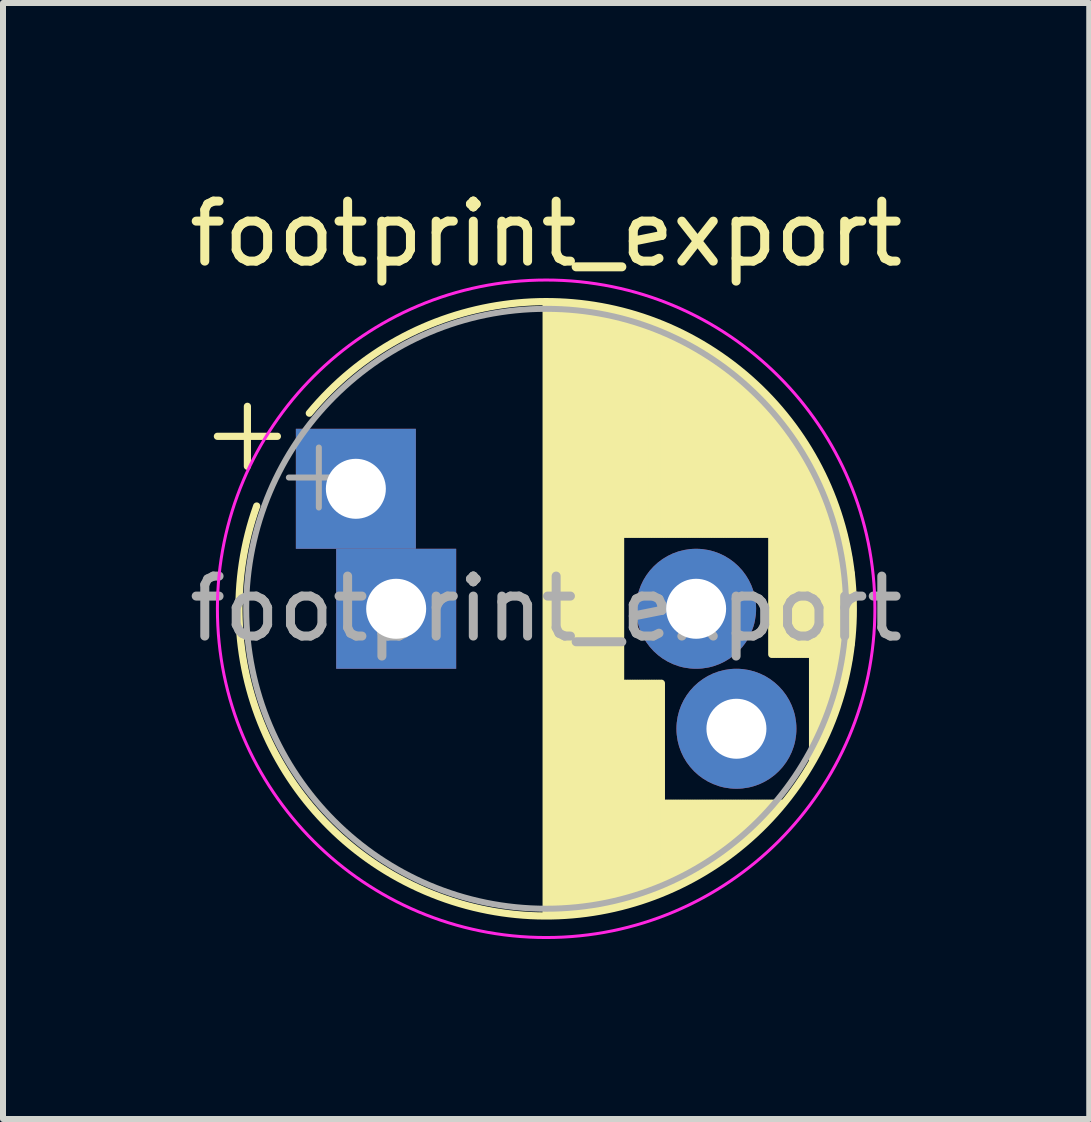
<source format=kicad_pcb>
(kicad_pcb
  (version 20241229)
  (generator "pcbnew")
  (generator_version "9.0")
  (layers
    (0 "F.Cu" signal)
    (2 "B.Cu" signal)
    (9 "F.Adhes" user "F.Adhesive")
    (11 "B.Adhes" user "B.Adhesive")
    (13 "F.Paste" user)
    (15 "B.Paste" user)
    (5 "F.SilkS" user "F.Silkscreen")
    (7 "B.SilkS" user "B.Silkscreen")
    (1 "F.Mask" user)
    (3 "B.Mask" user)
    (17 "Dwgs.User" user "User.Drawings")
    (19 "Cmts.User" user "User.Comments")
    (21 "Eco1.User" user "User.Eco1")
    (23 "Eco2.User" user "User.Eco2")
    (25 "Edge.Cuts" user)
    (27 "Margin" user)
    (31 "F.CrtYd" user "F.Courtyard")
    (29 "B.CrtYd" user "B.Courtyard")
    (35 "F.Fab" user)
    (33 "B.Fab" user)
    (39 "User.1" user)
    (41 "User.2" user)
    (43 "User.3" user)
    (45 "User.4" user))
  (footprint "footprint_export"
    (layer "F.Cu")
    (at 3.554 7.098)
    (property "Reference" "footprint_export" (at 2.5 -6.25 0) (layer "F.SilkS") (effects (font (size 1 1) (thickness 0.15))))
    (attr through_hole)
    (fp_line (start -2.98 -2.875) (end -1.98 -2.875) (stroke (width 0.12) (type solid)) (layer "F.SilkS"))
    (fp_line (start -2.48 -3.375) (end -2.48 -2.375) (stroke (width 0.12) (type solid)) (layer "F.SilkS"))
    (fp_line (start 2.5 -5.08) (end 2.5 5.08) (stroke (width 0.12) (type solid)) (layer "F.SilkS"))
    (fp_line (start 2.54 -5.08) (end 2.54 5.08) (stroke (width 0.12) (type solid)) (layer "F.SilkS"))
    (fp_line (start 2.58 -5.08) (end 2.58 5.08) (stroke (width 0.12) (type solid)) (layer "F.SilkS"))
    (fp_line (start 2.62 -5.079) (end 2.62 5.079) (stroke (width 0.12) (type solid)) (layer "F.SilkS"))
    (fp_line (start 2.66 -5.078) (end 2.66 5.078) (stroke (width 0.12) (type solid)) (layer "F.SilkS"))
    (fp_line (start 2.7 -5.077) (end 2.7 5.077) (stroke (width 0.12) (type solid)) (layer "F.SilkS"))
    (fp_line (start 2.74 -5.075) (end 2.74 5.075) (stroke (width 0.12) (type solid)) (layer "F.SilkS"))
    (fp_line (start 2.78 -5.073) (end 2.78 5.073) (stroke (width 0.12) (type solid)) (layer "F.SilkS"))
    (fp_line (start 2.82 -5.07) (end 2.82 5.07) (stroke (width 0.12) (type solid)) (layer "F.SilkS"))
    (fp_line (start 2.86 -5.068) (end 2.86 5.068) (stroke (width 0.12) (type solid)) (layer "F.SilkS"))
    (fp_line (start 2.9 -5.065) (end 2.9 5.065) (stroke (width 0.12) (type solid)) (layer "F.SilkS"))
    (fp_line (start 2.94 -5.062) (end 2.94 5.062) (stroke (width 0.12) (type solid)) (layer "F.SilkS"))
    (fp_line (start 2.98 -5.058) (end 2.98 5.058) (stroke (width 0.12) (type solid)) (layer "F.SilkS"))
    (fp_line (start 3.02 -5.054) (end 3.02 5.054) (stroke (width 0.12) (type solid)) (layer "F.SilkS"))
    (fp_line (start 3.06 -5.05) (end 3.06 5.05) (stroke (width 0.12) (type solid)) (layer "F.SilkS"))
    (fp_line (start 3.1 -5.045) (end 3.1 5.045) (stroke (width 0.12) (type solid)) (layer "F.SilkS"))
    (fp_line (start 3.14 -5.04) (end 3.14 5.04) (stroke (width 0.12) (type solid)) (layer "F.SilkS"))
    (fp_line (start 3.18 -5.035) (end 3.18 5.035) (stroke (width 0.12) (type solid)) (layer "F.SilkS"))
    (fp_line (start 3.221 -5.03) (end 3.221 5.03) (stroke (width 0.12) (type solid)) (layer "F.SilkS"))
    (fp_line (start 3.261 -5.024) (end 3.261 5.024) (stroke (width 0.12) (type solid)) (layer "F.SilkS"))
    (fp_line (start 3.301 -5.018) (end 3.301 5.018) (stroke (width 0.12) (type solid)) (layer "F.SilkS"))
    (fp_line (start 3.341 -5.011) (end 3.341 5.011) (stroke (width 0.12) (type solid)) (layer "F.SilkS"))
    (fp_line (start 3.381 -5.004) (end 3.381 5.004) (stroke (width 0.12) (type solid)) (layer "F.SilkS"))
    (fp_line (start 3.421 -4.997) (end 3.421 4.997) (stroke (width 0.12) (type solid)) (layer "F.SilkS"))
    (fp_line (start 3.461 -4.99) (end 3.461 4.99) (stroke (width 0.12) (type solid)) (layer "F.SilkS"))
    (fp_line (start 3.501 -4.982) (end 3.501 4.982) (stroke (width 0.12) (type solid)) (layer "F.SilkS"))
    (fp_line (start 3.541 -4.974) (end 3.541 4.974) (stroke (width 0.12) (type solid)) (layer "F.SilkS"))
    (fp_line (start 3.581 -4.965) (end 3.581 4.965) (stroke (width 0.12) (type solid)) (layer "F.SilkS"))
    (fp_line (start 3.621 -4.956) (end 3.621 4.956) (stroke (width 0.12) (type solid)) (layer "F.SilkS"))
    (fp_line (start 3.661 -4.947) (end 3.661 4.947) (stroke (width 0.12) (type solid)) (layer "F.SilkS"))
    (fp_line (start 3.701 -4.938) (end 3.701 4.938) (stroke (width 0.12) (type solid)) (layer "F.SilkS"))
    (fp_line (start 3.741 -4.928) (end 3.741 4.928) (stroke (width 0.12) (type solid)) (layer "F.SilkS"))
    (fp_line (start 3.781 -4.918) (end 3.781 -1.241) (stroke (width 0.12) (type solid)) (layer "F.SilkS"))
    (fp_line (start 3.781 1.241) (end 3.781 4.918) (stroke (width 0.12) (type solid)) (layer "F.SilkS"))
    (fp_line (start 3.821 -4.907) (end 3.821 -1.241) (stroke (width 0.12) (type solid)) (layer "F.SilkS"))
    (fp_line (start 3.821 1.241) (end 3.821 4.907) (stroke (width 0.12) (type solid)) (layer "F.SilkS"))
    (fp_line (start 3.861 -4.897) (end 3.861 -1.241) (stroke (width 0.12) (type solid)) (layer "F.SilkS"))
    (fp_line (start 3.861 1.241) (end 3.861 4.897) (stroke (width 0.12) (type solid)) (layer "F.SilkS"))
    (fp_line (start 3.901 -4.885) (end 3.901 -1.241) (stroke (width 0.12) (type solid)) (layer "F.SilkS"))
    (fp_line (start 3.901 1.241) (end 3.901 4.885) (stroke (width 0.12) (type solid)) (layer "F.SilkS"))
    (fp_line (start 3.941 -4.874) (end 3.941 -1.241) (stroke (width 0.12) (type solid)) (layer "F.SilkS"))
    (fp_line (start 3.941 1.241) (end 3.941 4.874) (stroke (width 0.12) (type solid)) (layer "F.SilkS"))
    (fp_line (start 3.981 -4.862) (end 3.981 -1.241) (stroke (width 0.12) (type solid)) (layer "F.SilkS"))
    (fp_line (start 3.981 1.241) (end 3.981 4.862) (stroke (width 0.12) (type solid)) (layer "F.SilkS"))
    (fp_line (start 4.021 -4.85) (end 4.021 -1.241) (stroke (width 0.12) (type solid)) (layer "F.SilkS"))
    (fp_line (start 4.021 1.241) (end 4.021 4.85) (stroke (width 0.12) (type solid)) (layer "F.SilkS"))
    (fp_line (start 4.061 -4.837) (end 4.061 -1.241) (stroke (width 0.12) (type solid)) (layer "F.SilkS"))
    (fp_line (start 4.061 1.241) (end 4.061 4.837) (stroke (width 0.12) (type solid)) (layer "F.SilkS"))
    (fp_line (start 4.101 -4.824) (end 4.101 -1.241) (stroke (width 0.12) (type solid)) (layer "F.SilkS"))
    (fp_line (start 4.101 1.241) (end 4.101 4.824) (stroke (width 0.12) (type solid)) (layer "F.SilkS"))
    (fp_line (start 4.141 -4.811) (end 4.141 -1.241) (stroke (width 0.12) (type solid)) (layer "F.SilkS"))
    (fp_line (start 4.141 1.241) (end 4.141 4.811) (stroke (width 0.12) (type solid)) (layer "F.SilkS"))
    (fp_line (start 4.181 -4.797) (end 4.181 -1.241) (stroke (width 0.12) (type solid)) (layer "F.SilkS"))
    (fp_line (start 4.181 1.241) (end 4.181 4.797) (stroke (width 0.12) (type solid)) (layer "F.SilkS"))
    (fp_line (start 4.221 -4.783) (end 4.221 -1.241) (stroke (width 0.12) (type solid)) (layer "F.SilkS"))
    (fp_line (start 4.221 1.241) (end 4.221 4.783) (stroke (width 0.12) (type solid)) (layer "F.SilkS"))
    (fp_line (start 4.261 -4.768) (end 4.261 -1.241) (stroke (width 0.12) (type solid)) (layer "F.SilkS"))
    (fp_line (start 4.261 1.241) (end 4.261 4.768) (stroke (width 0.12) (type solid)) (layer "F.SilkS"))
    (fp_line (start 4.301 -4.754) (end 4.301 -1.241) (stroke (width 0.12) (type solid)) (layer "F.SilkS"))
    (fp_line (start 4.301 1.241) (end 4.301 4.754) (stroke (width 0.12) (type solid)) (layer "F.SilkS"))
    (fp_line (start 4.341 -4.738) (end 4.341 -1.241) (stroke (width 0.12) (type solid)) (layer "F.SilkS"))
    (fp_line (start 4.341 1.241) (end 4.341 4.738) (stroke (width 0.12) (type solid)) (layer "F.SilkS"))
    (fp_line (start 4.381 -4.723) (end 4.381 -1.241) (stroke (width 0.12) (type solid)) (layer "F.SilkS"))
    (fp_line (start 4.381 1.241) (end 4.381 4.723) (stroke (width 0.12) (type solid)) (layer "F.SilkS"))
    (fp_line (start 4.421 -4.707) (end 4.421 -1.241) (stroke (width 0.12) (type solid)) (layer "F.SilkS"))
    (fp_line (start 4.421 1.241) (end 4.421 4.707) (stroke (width 0.12) (type solid)) (layer "F.SilkS"))
    (fp_line (start 4.461 -4.69) (end 4.461 -1.241) (stroke (width 0.12) (type solid)) (layer "F.SilkS"))
    (fp_line (start 4.461 3.24) (end 4.461 4.69) (stroke (width 0.12) (type solid)) (layer "F.SilkS"))
    (fp_line (start 4.501 -4.674) (end 4.501 -1.241) (stroke (width 0.12) (type solid)) (layer "F.SilkS"))
    (fp_line (start 4.501 3.24) (end 4.501 4.674) (stroke (width 0.12) (type solid)) (layer "F.SilkS"))
    (fp_line (start 4.541 -4.657) (end 4.541 -1.241) (stroke (width 0.12) (type solid)) (layer "F.SilkS"))
    (fp_line (start 4.541 3.24) (end 4.541 4.657) (stroke (width 0.12) (type solid)) (layer "F.SilkS"))
    (fp_line (start 4.581 -4.639) (end 4.581 -1.241) (stroke (width 0.12) (type solid)) (layer "F.SilkS"))
    (fp_line (start 4.581 3.24) (end 4.581 4.639) (stroke (width 0.12) (type solid)) (layer "F.SilkS"))
    (fp_line (start 4.621 -4.621) (end 4.621 -1.241) (stroke (width 0.12) (type solid)) (layer "F.SilkS"))
    (fp_line (start 4.621 3.24) (end 4.621 4.621) (stroke (width 0.12) (type solid)) (layer "F.SilkS"))
    (fp_line (start 4.661 -4.603) (end 4.661 -1.241) (stroke (width 0.12) (type solid)) (layer "F.SilkS"))
    (fp_line (start 4.661 3.24) (end 4.661 4.603) (stroke (width 0.12) (type solid)) (layer "F.SilkS"))
    (fp_line (start 4.701 -4.584) (end 4.701 -1.241) (stroke (width 0.12) (type solid)) (layer "F.SilkS"))
    (fp_line (start 4.701 3.24) (end 4.701 4.584) (stroke (width 0.12) (type solid)) (layer "F.SilkS"))
    (fp_line (start 4.741 -4.564) (end 4.741 -1.241) (stroke (width 0.12) (type solid)) (layer "F.SilkS"))
    (fp_line (start 4.741 3.24) (end 4.741 4.564) (stroke (width 0.12) (type solid)) (layer "F.SilkS"))
    (fp_line (start 4.781 -4.545) (end 4.781 -1.241) (stroke (width 0.12) (type solid)) (layer "F.SilkS"))
    (fp_line (start 4.781 3.24) (end 4.781 4.545) (stroke (width 0.12) (type solid)) (layer "F.SilkS"))
    (fp_line (start 4.821 -4.525) (end 4.821 -1.241) (stroke (width 0.12) (type solid)) (layer "F.SilkS"))
    (fp_line (start 4.821 3.24) (end 4.821 4.525) (stroke (width 0.12) (type solid)) (layer "F.SilkS"))
    (fp_line (start 4.861 -4.504) (end 4.861 -1.241) (stroke (width 0.12) (type solid)) (layer "F.SilkS"))
    (fp_line (start 4.861 3.24) (end 4.861 4.504) (stroke (width 0.12) (type solid)) (layer "F.SilkS"))
    (fp_line (start 4.901 -4.483) (end 4.901 -1.241) (stroke (width 0.12) (type solid)) (layer "F.SilkS"))
    (fp_line (start 4.901 3.24) (end 4.901 4.483) (stroke (width 0.12) (type solid)) (layer "F.SilkS"))
    (fp_line (start 4.941 -4.462) (end 4.941 -1.241) (stroke (width 0.12) (type solid)) (layer "F.SilkS"))
    (fp_line (start 4.941 3.24) (end 4.941 4.462) (stroke (width 0.12) (type solid)) (layer "F.SilkS"))
    (fp_line (start 4.981 -4.44) (end 4.981 -1.241) (stroke (width 0.12) (type solid)) (layer "F.SilkS"))
    (fp_line (start 4.981 3.24) (end 4.981 4.44) (stroke (width 0.12) (type solid)) (layer "F.SilkS"))
    (fp_line (start 5.021 -4.417) (end 5.021 -1.241) (stroke (width 0.12) (type solid)) (layer "F.SilkS"))
    (fp_line (start 5.021 3.24) (end 5.021 4.417) (stroke (width 0.12) (type solid)) (layer "F.SilkS"))
    (fp_line (start 5.061 -4.395) (end 5.061 -1.241) (stroke (width 0.12) (type solid)) (layer "F.SilkS"))
    (fp_line (start 5.061 3.24) (end 5.061 4.395) (stroke (width 0.12) (type solid)) (layer "F.SilkS"))
    (fp_line (start 5.101 -4.371) (end 5.101 -1.241) (stroke (width 0.12) (type solid)) (layer "F.SilkS"))
    (fp_line (start 5.101 3.24) (end 5.101 4.371) (stroke (width 0.12) (type solid)) (layer "F.SilkS"))
    (fp_line (start 5.141 -4.347) (end 5.141 -1.241) (stroke (width 0.12) (type solid)) (layer "F.SilkS"))
    (fp_line (start 5.141 3.24) (end 5.141 4.347) (stroke (width 0.12) (type solid)) (layer "F.SilkS"))
    (fp_line (start 5.181 -4.323) (end 5.181 -1.241) (stroke (width 0.12) (type solid)) (layer "F.SilkS"))
    (fp_line (start 5.181 3.24) (end 5.181 4.323) (stroke (width 0.12) (type solid)) (layer "F.SilkS"))
    (fp_line (start 5.221 -4.298) (end 5.221 -1.241) (stroke (width 0.12) (type solid)) (layer "F.SilkS"))
    (fp_line (start 5.221 3.24) (end 5.221 4.298) (stroke (width 0.12) (type solid)) (layer "F.SilkS"))
    (fp_line (start 5.261 -4.273) (end 5.261 -1.241) (stroke (width 0.12) (type solid)) (layer "F.SilkS"))
    (fp_line (start 5.261 3.24) (end 5.261 4.273) (stroke (width 0.12) (type solid)) (layer "F.SilkS"))
    (fp_line (start 5.301 -4.247) (end 5.301 -1.241) (stroke (width 0.12) (type solid)) (layer "F.SilkS"))
    (fp_line (start 5.301 3.24) (end 5.301 4.247) (stroke (width 0.12) (type solid)) (layer "F.SilkS"))
    (fp_line (start 5.341 -4.221) (end 5.341 -1.241) (stroke (width 0.12) (type solid)) (layer "F.SilkS"))
    (fp_line (start 5.341 3.24) (end 5.341 4.221) (stroke (width 0.12) (type solid)) (layer "F.SilkS"))
    (fp_line (start 5.381 -4.194) (end 5.381 -1.241) (stroke (width 0.12) (type solid)) (layer "F.SilkS"))
    (fp_line (start 5.381 3.24) (end 5.381 4.194) (stroke (width 0.12) (type solid)) (layer "F.SilkS"))
    (fp_line (start 5.421 -4.166) (end 5.421 -1.241) (stroke (width 0.12) (type solid)) (layer "F.SilkS"))
    (fp_line (start 5.421 3.24) (end 5.421 4.166) (stroke (width 0.12) (type solid)) (layer "F.SilkS"))
    (fp_line (start 5.461 -4.138) (end 5.461 -1.241) (stroke (width 0.12) (type solid)) (layer "F.SilkS"))
    (fp_line (start 5.461 3.24) (end 5.461 4.138) (stroke (width 0.12) (type solid)) (layer "F.SilkS"))
    (fp_line (start 5.501 -4.11) (end 5.501 -1.241) (stroke (width 0.12) (type solid)) (layer "F.SilkS"))
    (fp_line (start 5.501 3.24) (end 5.501 4.11) (stroke (width 0.12) (type solid)) (layer "F.SilkS"))
    (fp_line (start 5.541 -4.08) (end 5.541 -1.241) (stroke (width 0.12) (type solid)) (layer "F.SilkS"))
    (fp_line (start 5.541 3.24) (end 5.541 4.08) (stroke (width 0.12) (type solid)) (layer "F.SilkS"))
    (fp_line (start 5.581 -4.05) (end 5.581 -1.241) (stroke (width 0.12) (type solid)) (layer "F.SilkS"))
    (fp_line (start 5.581 3.24) (end 5.581 4.05) (stroke (width 0.12) (type solid)) (layer "F.SilkS"))
    (fp_line (start 5.621 -4.02) (end 5.621 -1.241) (stroke (width 0.12) (type solid)) (layer "F.SilkS"))
    (fp_line (start 5.621 3.24) (end 5.621 4.02) (stroke (width 0.12) (type solid)) (layer "F.SilkS"))
    (fp_line (start 5.661 -3.989) (end 5.661 -1.241) (stroke (width 0.12) (type solid)) (layer "F.SilkS"))
    (fp_line (start 5.661 3.24) (end 5.661 3.989) (stroke (width 0.12) (type solid)) (layer "F.SilkS"))
    (fp_line (start 5.701 -3.957) (end 5.701 -1.241) (stroke (width 0.12) (type solid)) (layer "F.SilkS"))
    (fp_line (start 5.701 3.24) (end 5.701 3.957) (stroke (width 0.12) (type solid)) (layer "F.SilkS"))
    (fp_line (start 5.741 -3.925) (end 5.741 -1.241) (stroke (width 0.12) (type solid)) (layer "F.SilkS"))
    (fp_line (start 5.741 3.24) (end 5.741 3.925) (stroke (width 0.12) (type solid)) (layer "F.SilkS"))
    (fp_line (start 5.781 -3.892) (end 5.781 -1.241) (stroke (width 0.12) (type solid)) (layer "F.SilkS"))
    (fp_line (start 5.781 3.24) (end 5.781 3.892) (stroke (width 0.12) (type solid)) (layer "F.SilkS"))
    (fp_line (start 5.821 -3.858) (end 5.821 -1.241) (stroke (width 0.12) (type solid)) (layer "F.SilkS"))
    (fp_line (start 5.821 3.24) (end 5.821 3.858) (stroke (width 0.12) (type solid)) (layer "F.SilkS"))
    (fp_line (start 5.861 -3.824) (end 5.861 -1.241) (stroke (width 0.12) (type solid)) (layer "F.SilkS"))
    (fp_line (start 5.861 3.24) (end 5.861 3.824) (stroke (width 0.12) (type solid)) (layer "F.SilkS"))
    (fp_line (start 5.901 -3.789) (end 5.901 -1.241) (stroke (width 0.12) (type solid)) (layer "F.SilkS"))
    (fp_line (start 5.901 3.24) (end 5.901 3.789) (stroke (width 0.12) (type solid)) (layer "F.SilkS"))
    (fp_line (start 5.941 -3.753) (end 5.941 -1.241) (stroke (width 0.12) (type solid)) (layer "F.SilkS"))
    (fp_line (start 5.941 3.24) (end 5.941 3.753) (stroke (width 0.12) (type solid)) (layer "F.SilkS"))
    (fp_line (start 5.981 -3.716) (end 5.981 -1.241) (stroke (width 0.12) (type solid)) (layer "F.SilkS"))
    (fp_line (start 5.981 3.24) (end 5.981 3.716) (stroke (width 0.12) (type solid)) (layer "F.SilkS"))
    (fp_line (start 6.021 -3.679) (end 6.021 -1.241) (stroke (width 0.12) (type solid)) (layer "F.SilkS"))
    (fp_line (start 6.021 3.24) (end 6.021 3.679) (stroke (width 0.12) (type solid)) (layer "F.SilkS"))
    (fp_line (start 6.061 -3.64) (end 6.061 -1.241) (stroke (width 0.12) (type solid)) (layer "F.SilkS"))
    (fp_line (start 6.061 3.24) (end 6.061 3.64) (stroke (width 0.12) (type solid)) (layer "F.SilkS"))
    (fp_line (start 6.101 -3.601) (end 6.101 -1.241) (stroke (width 0.12) (type solid)) (layer "F.SilkS"))
    (fp_line (start 6.101 3.24) (end 6.101 3.601) (stroke (width 0.12) (type solid)) (layer "F.SilkS"))
    (fp_line (start 6.141 -3.561) (end 6.141 -1.241) (stroke (width 0.12) (type solid)) (layer "F.SilkS"))
    (fp_line (start 6.141 3.24) (end 6.141 3.561) (stroke (width 0.12) (type solid)) (layer "F.SilkS"))
    (fp_line (start 6.181 -3.52) (end 6.181 -1.241) (stroke (width 0.12) (type solid)) (layer "F.SilkS"))
    (fp_line (start 6.181 3.24) (end 6.181 3.52) (stroke (width 0.12) (type solid)) (layer "F.SilkS"))
    (fp_line (start 6.221 -3.478) (end 6.221 -1.241) (stroke (width 0.12) (type solid)) (layer "F.SilkS"))
    (fp_line (start 6.221 3.24) (end 6.221 3.478) (stroke (width 0.12) (type solid)) (layer "F.SilkS"))
    (fp_line (start 6.261 -3.436) (end 6.261 0.76) (stroke (width 0.12) (type solid)) (layer "F.SilkS"))
    (fp_line (start 6.261 3.24) (end 6.261 3.436) (stroke (width 0.12) (type solid)) (layer "F.SilkS"))
    (fp_line (start 6.301 -3.392) (end 6.301 0.76) (stroke (width 0.12) (type solid)) (layer "F.SilkS"))
    (fp_line (start 6.301 3.24) (end 6.301 3.392) (stroke (width 0.12) (type solid)) (layer "F.SilkS"))
    (fp_line (start 6.341 -3.347) (end 6.341 0.76) (stroke (width 0.12) (type solid)) (layer "F.SilkS"))
    (fp_line (start 6.341 3.24) (end 6.341 3.347) (stroke (width 0.12) (type solid)) (layer "F.SilkS"))
    (fp_line (start 6.381 -3.301) (end 6.381 0.76) (stroke (width 0.12) (type solid)) (layer "F.SilkS"))
    (fp_line (start 6.381 3.24) (end 6.381 3.301) (stroke (width 0.12) (type solid)) (layer "F.SilkS"))
    (fp_line (start 6.421 -3.254) (end 6.421 0.76) (stroke (width 0.12) (type solid)) (layer "F.SilkS"))
    (fp_line (start 6.421 3.24) (end 6.421 3.254) (stroke (width 0.12) (type solid)) (layer "F.SilkS"))
    (fp_line (start 6.461 -3.206) (end 6.461 0.76) (stroke (width 0.12) (type solid)) (layer "F.SilkS"))
    (fp_line (start 6.501 -3.156) (end 6.501 0.76) (stroke (width 0.12) (type solid)) (layer "F.SilkS"))
    (fp_line (start 6.541 -3.106) (end 6.541 0.76) (stroke (width 0.12) (type solid)) (layer "F.SilkS"))
    (fp_line (start 6.581 -3.054) (end 6.581 0.76) (stroke (width 0.12) (type solid)) (layer "F.SilkS"))
    (fp_line (start 6.621 -3) (end 6.621 0.76) (stroke (width 0.12) (type solid)) (layer "F.SilkS"))
    (fp_line (start 6.661 -2.945) (end 6.661 0.76) (stroke (width 0.12) (type solid)) (layer "F.SilkS"))
    (fp_line (start 6.701 -2.889) (end 6.701 0.76) (stroke (width 0.12) (type solid)) (layer "F.SilkS"))
    (fp_line (start 6.741 -2.83) (end 6.741 0.76) (stroke (width 0.12) (type solid)) (layer "F.SilkS"))
    (fp_line (start 6.781 -2.77) (end 6.781 0.76) (stroke (width 0.12) (type solid)) (layer "F.SilkS"))
    (fp_line (start 6.821 -2.709) (end 6.821 0.76) (stroke (width 0.12) (type solid)) (layer "F.SilkS"))
    (fp_line (start 6.861 -2.645) (end 6.861 0.76) (stroke (width 0.12) (type solid)) (layer "F.SilkS"))
    (fp_line (start 6.901 -2.579) (end 6.901 0.76) (stroke (width 0.12) (type solid)) (layer "F.SilkS"))
    (fp_line (start 6.941 -2.51) (end 6.941 2.51) (stroke (width 0.12) (type solid)) (layer "F.SilkS"))
    (fp_line (start 6.981 -2.439) (end 6.981 2.439) (stroke (width 0.12) (type solid)) (layer "F.SilkS"))
    (fp_line (start 7.021 -2.365) (end 7.021 2.365) (stroke (width 0.12) (type solid)) (layer "F.SilkS"))
    (fp_line (start 7.061 -2.289) (end 7.061 2.289) (stroke (width 0.12) (type solid)) (layer "F.SilkS"))
    (fp_line (start 7.101 -2.209) (end 7.101 2.209) (stroke (width 0.12) (type solid)) (layer "F.SilkS"))
    (fp_line (start 7.141 -2.125) (end 7.141 2.125) (stroke (width 0.12) (type solid)) (layer "F.SilkS"))
    (fp_line (start 7.181 -2.037) (end 7.181 2.037) (stroke (width 0.12) (type solid)) (layer "F.SilkS"))
    (fp_line (start 7.221 -1.944) (end 7.221 1.944) (stroke (width 0.12) (type solid)) (layer "F.SilkS"))
    (fp_line (start 7.261 -1.846) (end 7.261 1.846) (stroke (width 0.12) (type solid)) (layer "F.SilkS"))
    (fp_line (start 7.301 -1.742) (end 7.301 1.742) (stroke (width 0.12) (type solid)) (layer "F.SilkS"))
    (fp_line (start 7.341 -1.63) (end 7.341 1.63) (stroke (width 0.12) (type solid)) (layer "F.SilkS"))
    (fp_line (start 7.381 -1.51) (end 7.381 1.51) (stroke (width 0.12) (type solid)) (layer "F.SilkS"))
    (fp_line (start 7.421 -1.378) (end 7.421 1.378) (stroke (width 0.12) (type solid)) (layer "F.SilkS"))
    (fp_line (start 7.461 -1.23) (end 7.461 1.23) (stroke (width 0.12) (type solid)) (layer "F.SilkS"))
    (fp_line (start 7.501 -1.062) (end 7.501 1.062) (stroke (width 0.12) (type solid)) (layer "F.SilkS"))
    (fp_line (start 7.541 -0.862) (end 7.541 0.862) (stroke (width 0.12) (type solid)) (layer "F.SilkS"))
    (fp_line (start 7.581 -0.599) (end 7.581 0.599) (stroke (width 0.12) (type solid)) (layer "F.SilkS"))
    (fp_arc (start -1.448012 -3.26) (mid 6.954126 2.524908) (end -2.324903 -1.713098) (stroke (width 0.12) (type solid)) (layer "F.SilkS"))
    (fp_circle (center 2.5 0) (end 7.98 0) (stroke (width 0.05) (type solid)) (fill no) (layer "F.CrtYd"))
    (fp_line (start -1.789 -2.188) (end -0.789 -2.188) (stroke (width 0.1) (type solid)) (layer "F.Fab"))
    (fp_line (start -1.289 -2.688) (end -1.289 -1.688) (stroke (width 0.1) (type solid)) (layer "F.Fab"))
    (fp_circle (center 2.5 0) (end 7.5 0) (stroke (width 0.1) (type solid)) (fill no) (layer "F.Fab"))
    (fp_text user "${REFERENCE}" (at 2.5 0 0) (layer "F.Fab") (effects (font (size 1 1) (thickness 0.15))))
    (pad "1" thru_hole rect (at -0.672 -2) (size 2 2) (drill 1) (layers "*.Cu" "*.Mask"))
    (pad "1" thru_hole rect (at 0 0) (size 2 2) (drill 1) (layers "*.Cu" "*.Mask"))
    (pad "2" thru_hole circle (at 5 0) (size 2 2) (drill 1) (layers "*.Cu" "*.Mask"))
    (pad "2" thru_hole circle (at 5.672 2) (size 2 2) (drill 1) (layers "*.Cu" "*.Mask")))
  (gr_rect
    (start -3 -3)
    (end 15.107 15.603)
    (stroke (width 0.1) (type default))
    (fill no)
    (layer "Edge.Cuts")))
</source>
